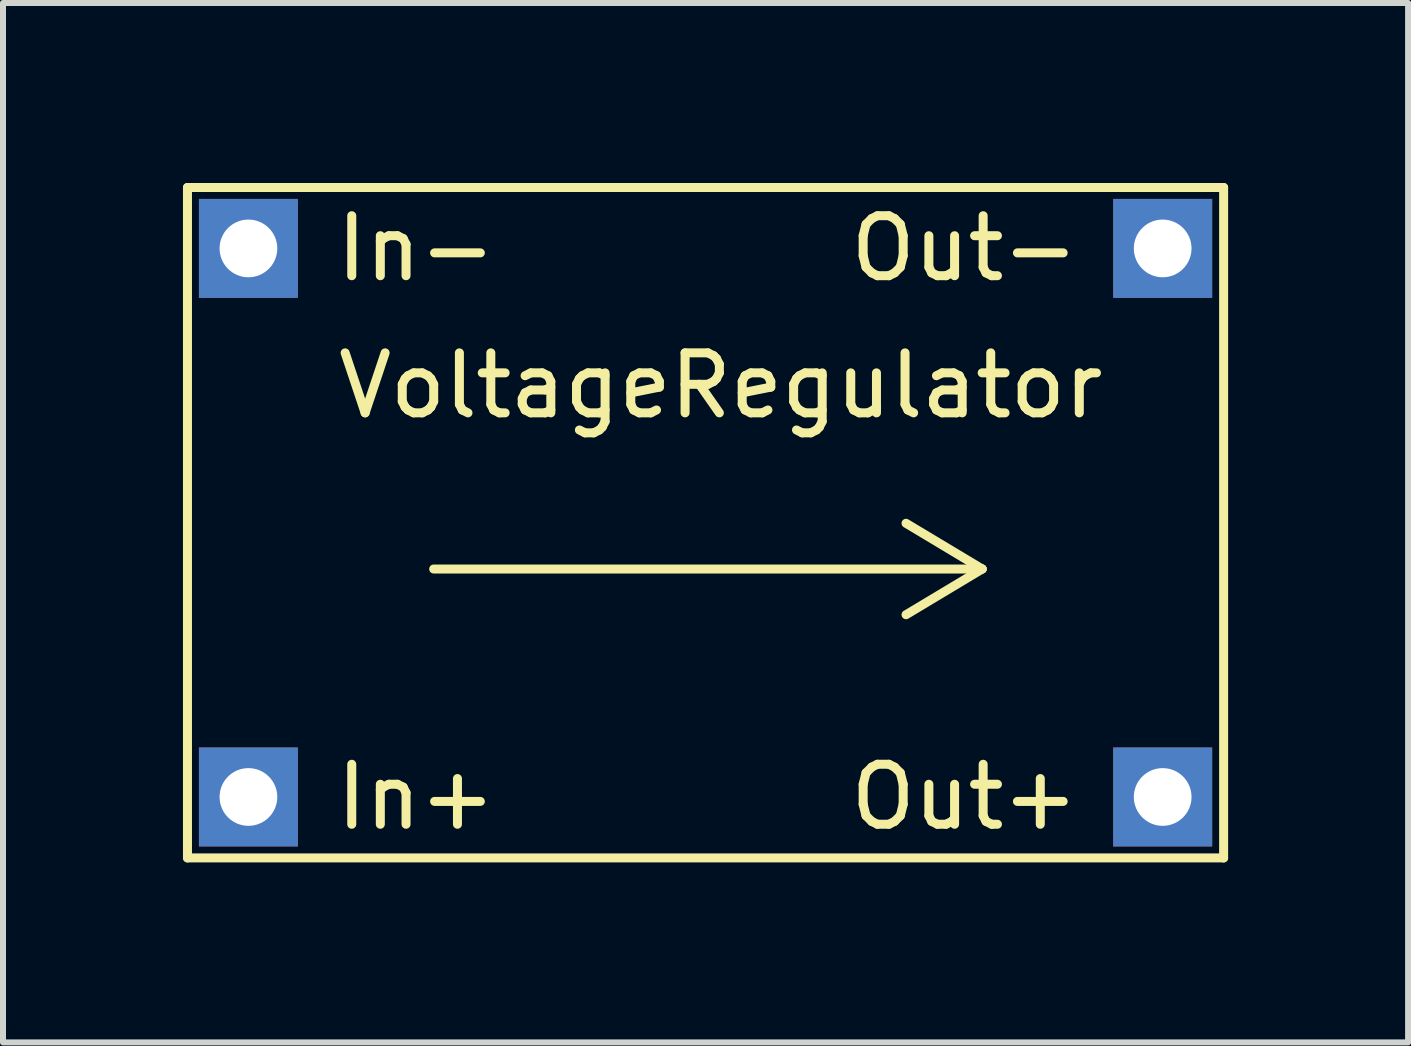
<source format=kicad_pcb>
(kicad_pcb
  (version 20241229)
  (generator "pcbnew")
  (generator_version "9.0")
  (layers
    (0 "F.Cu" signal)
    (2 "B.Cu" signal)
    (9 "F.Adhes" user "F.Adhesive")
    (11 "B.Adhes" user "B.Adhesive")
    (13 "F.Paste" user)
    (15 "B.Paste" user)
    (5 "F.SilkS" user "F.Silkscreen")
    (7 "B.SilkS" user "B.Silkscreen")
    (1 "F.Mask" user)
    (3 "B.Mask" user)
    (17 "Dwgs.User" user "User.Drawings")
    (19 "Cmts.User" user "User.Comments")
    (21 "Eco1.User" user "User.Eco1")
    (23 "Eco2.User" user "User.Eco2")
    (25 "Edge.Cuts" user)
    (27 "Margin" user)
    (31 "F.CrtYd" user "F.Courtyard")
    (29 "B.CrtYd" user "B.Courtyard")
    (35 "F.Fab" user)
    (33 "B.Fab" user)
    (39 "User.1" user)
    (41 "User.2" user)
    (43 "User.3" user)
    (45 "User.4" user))
  (footprint "VoltageRegulator"
    (layer "F.Cu")
    (at 1.091 10.235)
    (property "Reference" "VoltageRegulator" (at 7.874 -6.858 0) (layer "F.SilkS") (effects (font (size 1 1) (thickness 0.15))))
    (attr through_hole)
    (fp_line (start -1.016 -10.16) (end 16.256 -10.16) (stroke (width 0.15) (type solid)) (layer "F.SilkS"))
    (fp_line (start -1.016 1.016) (end -1.016 -10.16) (stroke (width 0.15) (type solid)) (layer "F.SilkS"))
    (fp_line (start 3.088 -3.8) (end 12.232 -3.8) (stroke (width 0.15) (type solid)) (layer "F.SilkS"))
    (fp_line (start 12.232 -3.8) (end 10.962 -4.562) (stroke (width 0.15) (type solid)) (layer "F.SilkS"))
    (fp_line (start 12.232 -3.8) (end 10.962 -3.038) (stroke (width 0.15) (type solid)) (layer "F.SilkS"))
    (fp_line (start 16.256 -10.16) (end 16.256 1.016) (stroke (width 0.15) (type solid)) (layer "F.SilkS"))
    (fp_line (start 16.256 1.016) (end -1.016 1.016) (stroke (width 0.15) (type solid)) (layer "F.SilkS"))
    (fp_text user "Out-" (at 11.938 -9.144 0) (layer "F.SilkS") (effects (font (size 1 1) (thickness 0.15))))
    (fp_text user "In-" (at 2.794 -9.144 0) (layer "F.SilkS") (effects (font (size 1 1) (thickness 0.15))))
    (fp_text user "Out+" (at 11.938 0 0) (layer "F.SilkS") (effects (font (size 1 1) (thickness 0.15))))
    (fp_text user "In+" (at 2.794 0 0) (layer "F.SilkS") (effects (font (size 1 1) (thickness 0.15))))
    (pad "GNDin" thru_hole rect (at 0 -9.144) (size 1.65 1.65) (drill 0.962) (layers "*.Cu" "*.Mask"))
    (pad "GNDout" thru_hole rect (at 15.24 -9.144) (size 1.65 1.65) (drill 0.962) (layers "*.Cu" "*.Mask"))
    (pad "Vin" thru_hole rect (at 0 0) (size 1.65 1.65) (drill 0.962) (layers "*.Cu" "*.Mask"))
    (pad "Vout" thru_hole rect (at 15.24 0) (size 1.65 1.65) (drill 0.962) (layers "*.Cu" "*.Mask")))
  (gr_rect
    (start -3 -3)
    (end 20.422 14.326)
    (stroke (width 0.1) (type default))
    (fill no)
    (layer "Edge.Cuts")))
</source>
